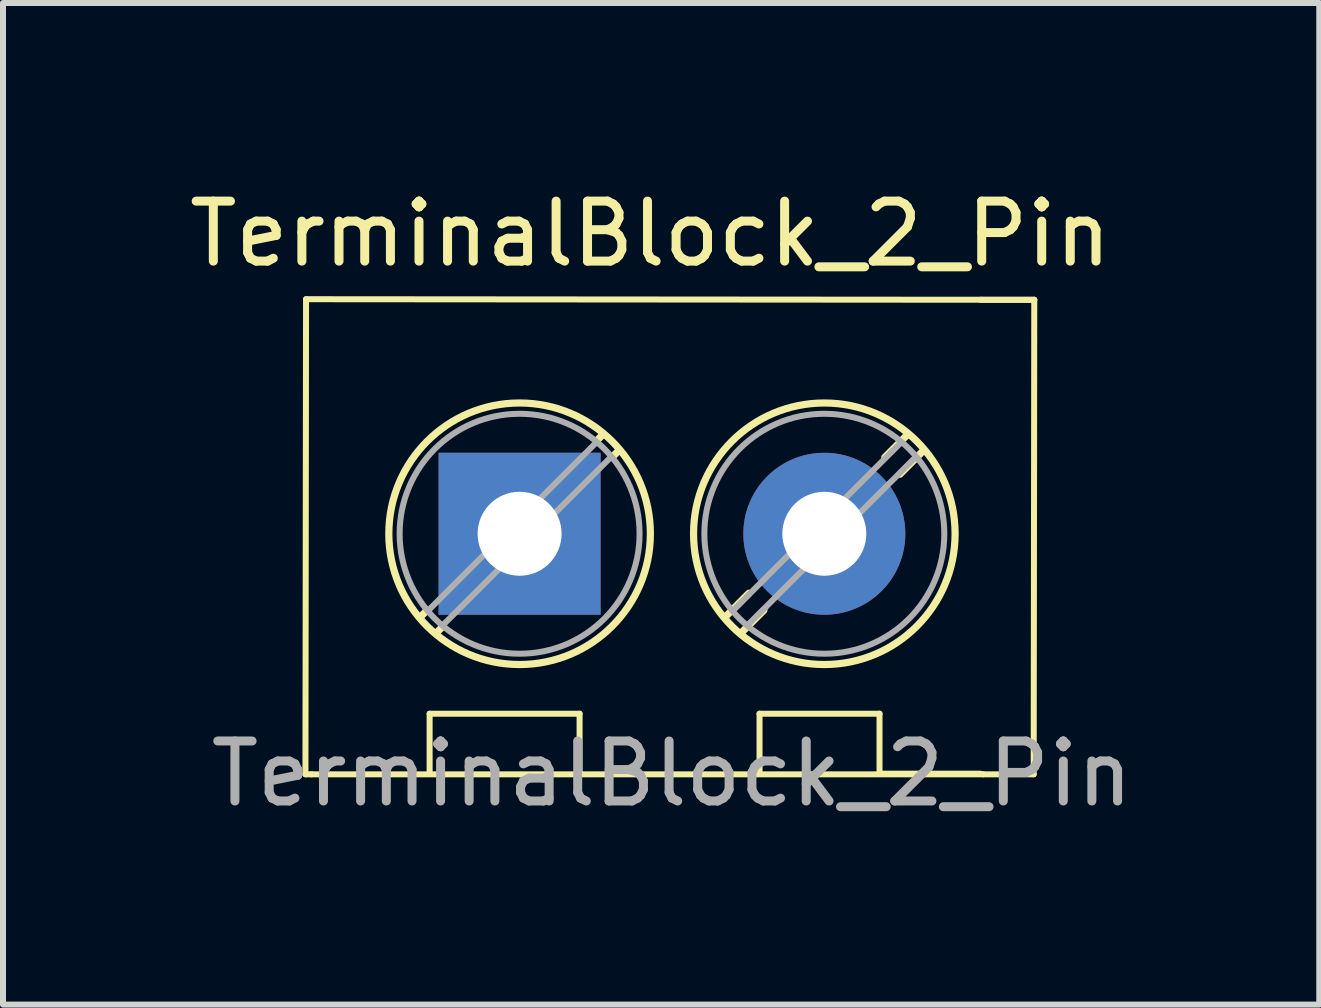
<source format=kicad_pcb>
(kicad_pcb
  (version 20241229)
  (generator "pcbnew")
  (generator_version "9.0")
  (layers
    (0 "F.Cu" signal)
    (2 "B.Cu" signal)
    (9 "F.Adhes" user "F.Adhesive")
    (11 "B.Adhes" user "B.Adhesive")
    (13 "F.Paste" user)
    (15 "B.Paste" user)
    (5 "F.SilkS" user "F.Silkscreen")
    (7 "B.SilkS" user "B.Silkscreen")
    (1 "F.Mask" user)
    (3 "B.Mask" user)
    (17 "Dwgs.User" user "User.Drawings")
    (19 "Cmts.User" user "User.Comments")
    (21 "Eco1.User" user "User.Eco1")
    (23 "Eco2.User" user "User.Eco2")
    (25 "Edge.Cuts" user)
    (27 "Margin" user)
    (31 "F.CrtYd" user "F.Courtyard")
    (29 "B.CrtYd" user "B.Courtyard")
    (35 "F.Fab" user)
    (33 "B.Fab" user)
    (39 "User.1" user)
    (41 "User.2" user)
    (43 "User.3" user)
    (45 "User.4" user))
  (footprint "TerminalBlock_2_Pin"
    (layer "F.Cu")
    (at 5.792 5.848)
    (property "Reference" "TerminalBlock_2_Pin" (at 2 -5 0) (layer "F.SilkS") (effects (font (size 1 1) (thickness 0.15))))
    (attr through_hole)
    (fp_line (start -3.75 4.01) (end -3.74 -3.91) (stroke (width 0.1) (type default)) (layer "F.SilkS"))
    (fp_line (start -3.74 -3.91) (end 8.4 -3.9) (stroke (width 0.1) (type default)) (layer "F.SilkS"))
    (fp_line (start -3.65 4.01) (end -3.75 4.01) (stroke (width 0.1) (type default)) (layer "F.SilkS"))
    (fp_line (start -1.728 1.281) (end -1.834 1.388) (stroke (width 0.12) (type solid)) (layer "F.SilkS"))
    (fp_line (start -1.68 3) (end 0.82 3) (stroke (width 0.1) (type default)) (layer "F.SilkS"))
    (fp_line (start -1.68 4) (end -1.68 3) (stroke (width 0.1) (type default)) (layer "F.SilkS"))
    (fp_line (start -1.462 1.547) (end -1.568 1.654) (stroke (width 0.12) (type solid)) (layer "F.SilkS"))
    (fp_line (start 0.82 3) (end 0.82 4) (stroke (width 0.1) (type default)) (layer "F.SilkS"))
    (fp_line (start 1.208 -1.654) (end 1.101 -1.547) (stroke (width 0.12) (type solid)) (layer "F.SilkS"))
    (fp_line (start 1.474 -1.388) (end 1.367 -1.281) (stroke (width 0.12) (type solid)) (layer "F.SilkS"))
    (fp_line (start 3.642 0.992) (end 3.247 1.388) (stroke (width 0.12) (type solid)) (layer "F.SilkS"))
    (fp_line (start 3.82 3) (end 3.82 4) (stroke (width 0.1) (type default)) (layer "F.SilkS"))
    (fp_line (start 3.893 1.274) (end 3.513 1.654) (stroke (width 0.12) (type solid)) (layer "F.SilkS"))
    (fp_line (start 5.82 3) (end 3.82 3) (stroke (width 0.1) (type default)) (layer "F.SilkS"))
    (fp_line (start 5.82 4) (end 5.82 3) (stroke (width 0.1) (type default)) (layer "F.SilkS"))
    (fp_line (start 6.288 -1.654) (end 5.908 -1.274) (stroke (width 0.12) (type solid)) (layer "F.SilkS"))
    (fp_line (start 6.554 -1.388) (end 6.159 -0.992) (stroke (width 0.12) (type solid)) (layer "F.SilkS"))
    (fp_line (start 7.5 -3.9) (end 8.4 -3.9) (stroke (width 0.1) (type default)) (layer "F.SilkS"))
    (fp_line (start 7.5 4) (end 5.82 4) (stroke (width 0.1) (type default)) (layer "F.SilkS"))
    (fp_line (start 7.55 4.01) (end -3.65 4.01) (stroke (width 0.1) (type default)) (layer "F.SilkS"))
    (fp_line (start 8.39 4.01) (end 7.55 4.01) (stroke (width 0.1) (type default)) (layer "F.SilkS"))
    (fp_line (start 8.4 -3.9) (end 8.39 4.01) (stroke (width 0.1) (type default)) (layer "F.SilkS"))
    (fp_circle (center -0.18 0) (end 2 0) (stroke (width 0.12) (type solid)) (fill no) (layer "F.SilkS"))
    (fp_circle (center 4.9 0) (end 7.08 0) (stroke (width 0.12) (type solid)) (fill no) (layer "F.SilkS"))
    (fp_line (start 1.093 -1.517) (end -1.697 1.273) (stroke (width 0.1) (type solid)) (layer "F.Fab"))
    (fp_line (start 1.337 -1.273) (end -1.453 1.517) (stroke (width 0.1) (type solid)) (layer "F.Fab"))
    (fp_line (start 6.173 -1.517) (end 3.384 1.273) (stroke (width 0.1) (type solid)) (layer "F.Fab"))
    (fp_line (start 6.417 -1.273) (end 3.628 1.517) (stroke (width 0.1) (type solid)) (layer "F.Fab"))
    (fp_circle (center -0.18 0) (end 1.82 0) (stroke (width 0.1) (type solid)) (fill no) (layer "F.Fab"))
    (fp_circle (center 4.9 0) (end 6.9 0) (stroke (width 0.1) (type solid)) (fill no) (layer "F.Fab"))
    (fp_text user "${REFERENCE}" (at 2.36 4 0) (layer "F.Fab") (effects (font (size 1 1) (thickness 0.15))))
    (pad "1" thru_hole rect (at -0.18 0) (size 2.7 2.7) (drill 1.4) (layers "*.Cu" "*.Mask"))
    (pad "2" thru_hole circle (at 4.9 0) (size 2.7 2.7) (drill 1.4) (layers "*.Cu" "*.Mask")))
  (gr_rect
    (start -3 -3)
    (end 18.943 13.697)
    (stroke (width 0.1) (type default))
    (fill no)
    (layer "Edge.Cuts")))
</source>
